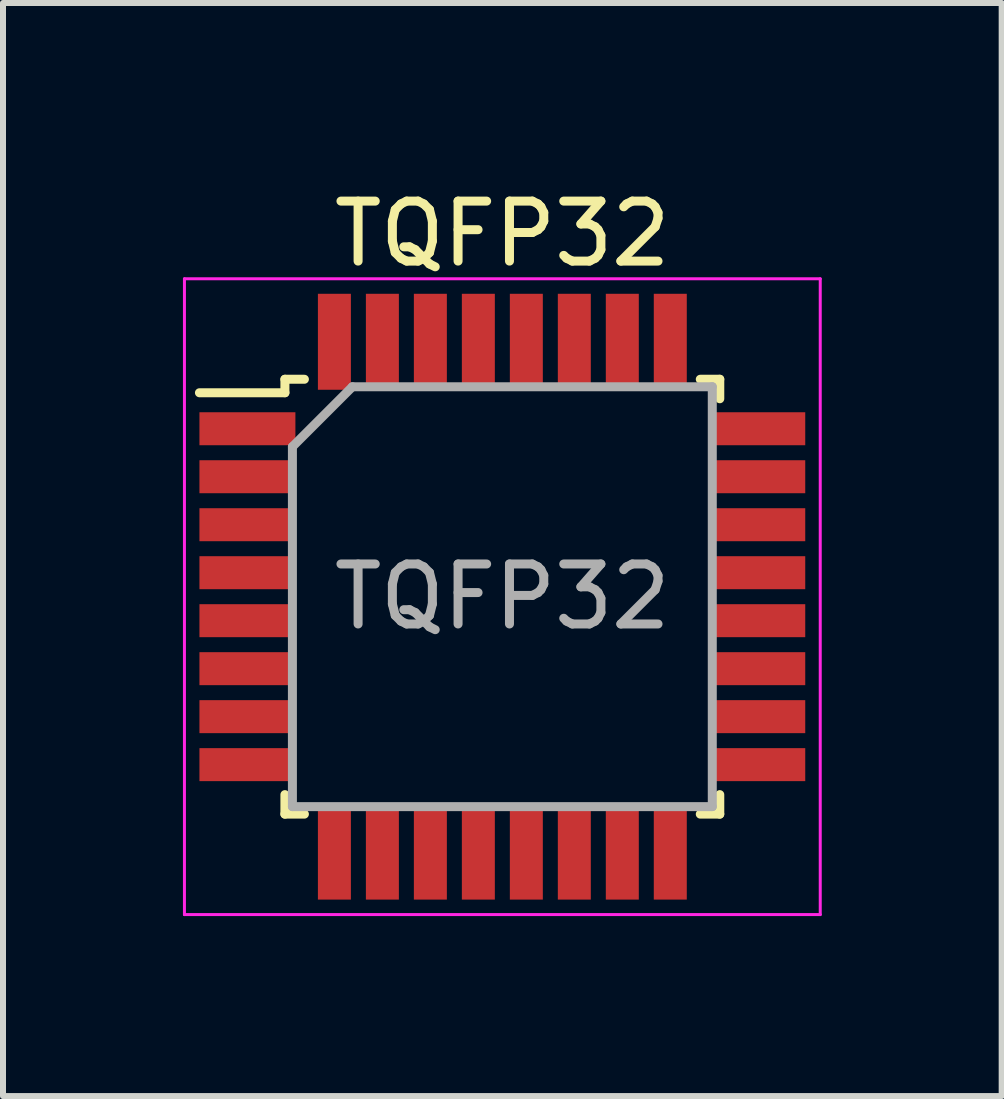
<source format=kicad_pcb>
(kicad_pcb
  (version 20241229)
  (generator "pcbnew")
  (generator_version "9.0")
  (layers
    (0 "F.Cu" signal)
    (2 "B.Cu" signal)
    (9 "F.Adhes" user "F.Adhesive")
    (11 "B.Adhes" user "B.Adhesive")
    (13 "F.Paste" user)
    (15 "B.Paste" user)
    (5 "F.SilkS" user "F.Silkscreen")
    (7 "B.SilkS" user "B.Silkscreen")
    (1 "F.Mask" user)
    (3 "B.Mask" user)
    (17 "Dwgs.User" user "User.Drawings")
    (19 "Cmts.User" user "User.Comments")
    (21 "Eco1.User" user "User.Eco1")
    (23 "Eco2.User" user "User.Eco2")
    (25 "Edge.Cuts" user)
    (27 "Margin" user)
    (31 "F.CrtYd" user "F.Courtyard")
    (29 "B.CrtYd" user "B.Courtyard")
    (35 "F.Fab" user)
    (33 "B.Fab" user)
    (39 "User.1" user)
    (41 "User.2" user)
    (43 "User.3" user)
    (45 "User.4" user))
  (footprint "TQFP32"
    (layer "F.Cu")
    (at 5.325 6.898)
    (property "Reference" "TQFP32" (at 0 -6.05 0) (layer "F.SilkS") (effects (font (size 1 1) (thickness 0.15))))
    (attr smd)
    (fp_line (start -3.625 -3.625) (end -3.625 -3.4) (stroke (width 0.15) (type solid)) (layer "F.SilkS"))
    (fp_line (start -3.625 -3.625) (end -3.3 -3.625) (stroke (width 0.15) (type solid)) (layer "F.SilkS"))
    (fp_line (start -3.625 -3.4) (end -5.05 -3.4) (stroke (width 0.15) (type solid)) (layer "F.SilkS"))
    (fp_line (start -3.625 3.625) (end -3.625 3.3) (stroke (width 0.15) (type solid)) (layer "F.SilkS"))
    (fp_line (start -3.625 3.625) (end -3.3 3.625) (stroke (width 0.15) (type solid)) (layer "F.SilkS"))
    (fp_line (start 3.625 -3.625) (end 3.3 -3.625) (stroke (width 0.15) (type solid)) (layer "F.SilkS"))
    (fp_line (start 3.625 -3.625) (end 3.625 -3.3) (stroke (width 0.15) (type solid)) (layer "F.SilkS"))
    (fp_line (start 3.625 3.625) (end 3.3 3.625) (stroke (width 0.15) (type solid)) (layer "F.SilkS"))
    (fp_line (start 3.625 3.625) (end 3.625 3.3) (stroke (width 0.15) (type solid)) (layer "F.SilkS"))
    (fp_line (start -5.3 -5.3) (end -5.3 5.3) (stroke (width 0.05) (type solid)) (layer "F.CrtYd"))
    (fp_line (start -5.3 -5.3) (end 5.3 -5.3) (stroke (width 0.05) (type solid)) (layer "F.CrtYd"))
    (fp_line (start -5.3 5.3) (end 5.3 5.3) (stroke (width 0.05) (type solid)) (layer "F.CrtYd"))
    (fp_line (start 5.3 -5.3) (end 5.3 5.3) (stroke (width 0.05) (type solid)) (layer "F.CrtYd"))
    (fp_line (start -3.5 -2.5) (end -2.5 -3.5) (stroke (width 0.15) (type solid)) (layer "F.Fab"))
    (fp_line (start -3.5 3.5) (end -3.5 -2.5) (stroke (width 0.15) (type solid)) (layer "F.Fab"))
    (fp_line (start -2.5 -3.5) (end 3.5 -3.5) (stroke (width 0.15) (type solid)) (layer "F.Fab"))
    (fp_line (start 3.5 -3.5) (end 3.5 3.5) (stroke (width 0.15) (type solid)) (layer "F.Fab"))
    (fp_line (start 3.5 3.5) (end -3.5 3.5) (stroke (width 0.15) (type solid)) (layer "F.Fab"))
    (fp_text user "${REFERENCE}" (at 0 0 0) (layer "F.Fab") (effects (font (size 1 1) (thickness 0.15))))
    (pad "1" smd rect (at -4.25 -2.8) (size 1.6 0.55) (layers "F.Cu" "F.Mask" "F.Paste"))
    (pad "2" smd rect (at -4.25 -2) (size 1.6 0.55) (layers "F.Cu" "F.Mask" "F.Paste"))
    (pad "3" smd rect (at -4.25 -1.2) (size 1.6 0.55) (layers "F.Cu" "F.Mask" "F.Paste"))
    (pad "4" smd rect (at -4.25 -0.4) (size 1.6 0.55) (layers "F.Cu" "F.Mask" "F.Paste"))
    (pad "5" smd rect (at -4.25 0.4) (size 1.6 0.55) (layers "F.Cu" "F.Mask" "F.Paste"))
    (pad "6" smd rect (at -4.25 1.2) (size 1.6 0.55) (layers "F.Cu" "F.Mask" "F.Paste"))
    (pad "7" smd rect (at -4.25 2) (size 1.6 0.55) (layers "F.Cu" "F.Mask" "F.Paste"))
    (pad "8" smd rect (at -4.25 2.8) (size 1.6 0.55) (layers "F.Cu" "F.Mask" "F.Paste"))
    (pad "9" smd rect (at -2.8 4.25 90) (size 1.6 0.55) (layers "F.Cu" "F.Mask" "F.Paste"))
    (pad "10" smd rect (at -2 4.25 90) (size 1.6 0.55) (layers "F.Cu" "F.Mask" "F.Paste"))
    (pad "11" smd rect (at -1.2 4.25 90) (size 1.6 0.55) (layers "F.Cu" "F.Mask" "F.Paste"))
    (pad "12" smd rect (at -0.4 4.25 90) (size 1.6 0.55) (layers "F.Cu" "F.Mask" "F.Paste"))
    (pad "13" smd rect (at 0.4 4.25 90) (size 1.6 0.55) (layers "F.Cu" "F.Mask" "F.Paste"))
    (pad "14" smd rect (at 1.2 4.25 90) (size 1.6 0.55) (layers "F.Cu" "F.Mask" "F.Paste"))
    (pad "15" smd rect (at 2 4.25 90) (size 1.6 0.55) (layers "F.Cu" "F.Mask" "F.Paste"))
    (pad "16" smd rect (at 2.8 4.25 90) (size 1.6 0.55) (layers "F.Cu" "F.Mask" "F.Paste"))
    (pad "17" smd rect (at 4.25 2.8) (size 1.6 0.55) (layers "F.Cu" "F.Mask" "F.Paste"))
    (pad "18" smd rect (at 4.25 2) (size 1.6 0.55) (layers "F.Cu" "F.Mask" "F.Paste"))
    (pad "19" smd rect (at 4.25 1.2) (size 1.6 0.55) (layers "F.Cu" "F.Mask" "F.Paste"))
    (pad "20" smd rect (at 4.25 0.4) (size 1.6 0.55) (layers "F.Cu" "F.Mask" "F.Paste"))
    (pad "21" smd rect (at 4.25 -0.4) (size 1.6 0.55) (layers "F.Cu" "F.Mask" "F.Paste"))
    (pad "22" smd rect (at 4.25 -1.2) (size 1.6 0.55) (layers "F.Cu" "F.Mask" "F.Paste"))
    (pad "23" smd rect (at 4.25 -2) (size 1.6 0.55) (layers "F.Cu" "F.Mask" "F.Paste"))
    (pad "24" smd rect (at 4.25 -2.8) (size 1.6 0.55) (layers "F.Cu" "F.Mask" "F.Paste"))
    (pad "25" smd rect (at 2.8 -4.25 90) (size 1.6 0.55) (layers "F.Cu" "F.Mask" "F.Paste"))
    (pad "26" smd rect (at 2 -4.25 90) (size 1.6 0.55) (layers "F.Cu" "F.Mask" "F.Paste"))
    (pad "27" smd rect (at 1.2 -4.25 90) (size 1.6 0.55) (layers "F.Cu" "F.Mask" "F.Paste"))
    (pad "28" smd rect (at 0.4 -4.25 90) (size 1.6 0.55) (layers "F.Cu" "F.Mask" "F.Paste"))
    (pad "29" smd rect (at -0.4 -4.25 90) (size 1.6 0.55) (layers "F.Cu" "F.Mask" "F.Paste"))
    (pad "30" smd rect (at -1.2 -4.25 90) (size 1.6 0.55) (layers "F.Cu" "F.Mask" "F.Paste"))
    (pad "31" smd rect (at -2 -4.25 90) (size 1.6 0.55) (layers "F.Cu" "F.Mask" "F.Paste"))
    (pad "32" smd rect (at -2.8 -4.25 90) (size 1.6 0.55) (layers "F.Cu" "F.Mask" "F.Paste")))
  (gr_rect
    (start -3 -3)
    (end 13.65 15.223)
    (stroke (width 0.1) (type default))
    (fill no)
    (layer "Edge.Cuts")))
</source>
